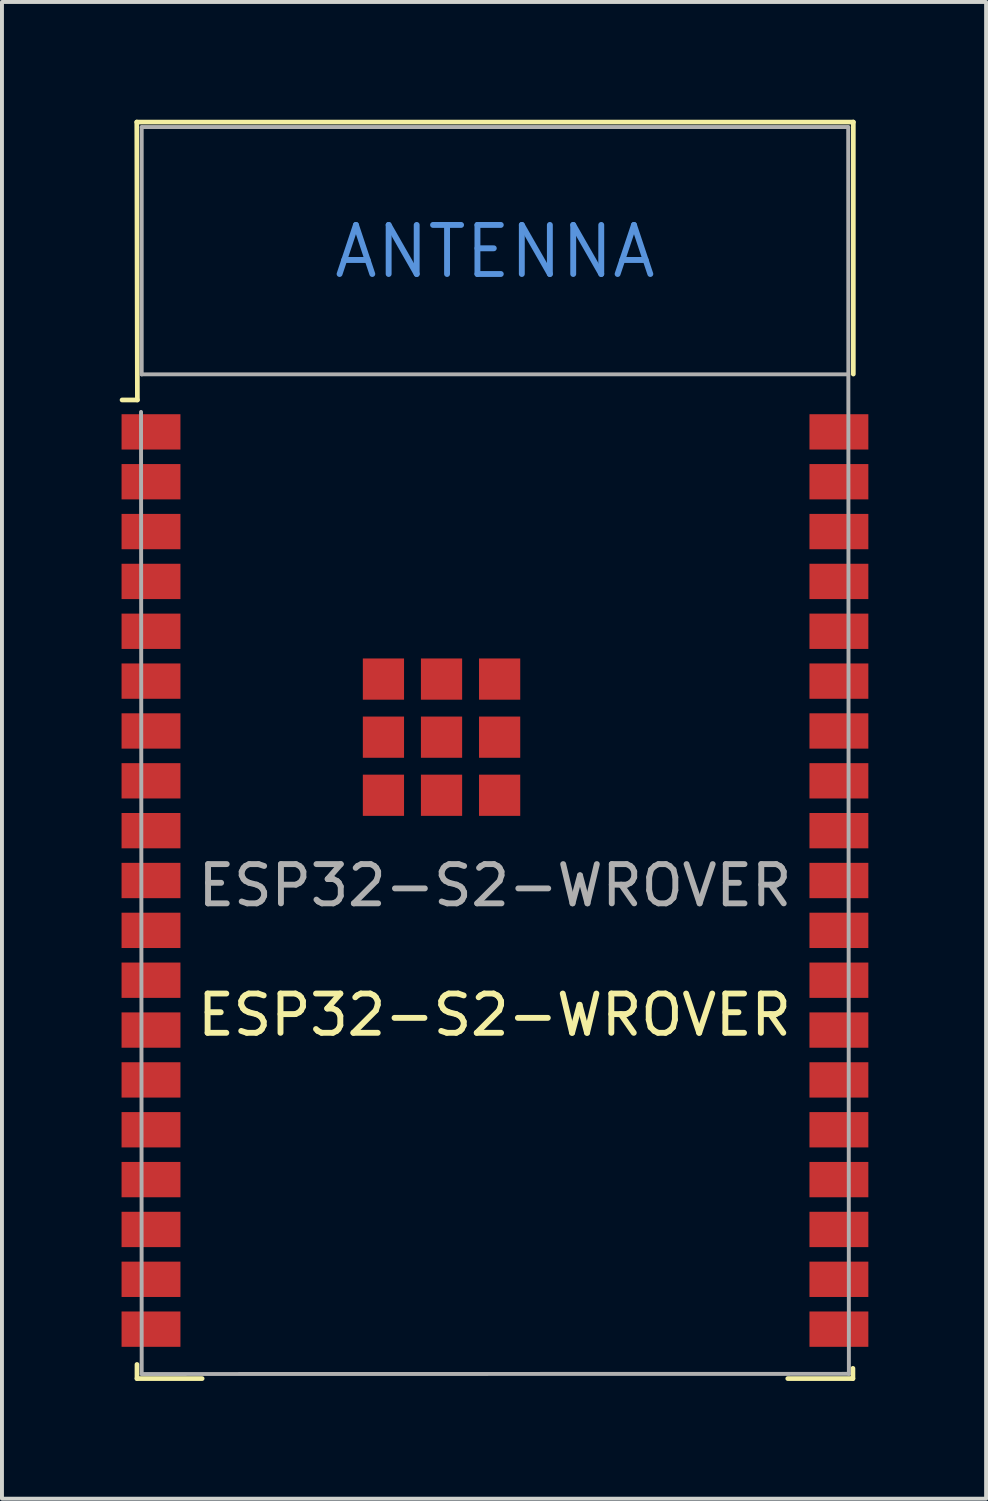
<source format=kicad_pcb>
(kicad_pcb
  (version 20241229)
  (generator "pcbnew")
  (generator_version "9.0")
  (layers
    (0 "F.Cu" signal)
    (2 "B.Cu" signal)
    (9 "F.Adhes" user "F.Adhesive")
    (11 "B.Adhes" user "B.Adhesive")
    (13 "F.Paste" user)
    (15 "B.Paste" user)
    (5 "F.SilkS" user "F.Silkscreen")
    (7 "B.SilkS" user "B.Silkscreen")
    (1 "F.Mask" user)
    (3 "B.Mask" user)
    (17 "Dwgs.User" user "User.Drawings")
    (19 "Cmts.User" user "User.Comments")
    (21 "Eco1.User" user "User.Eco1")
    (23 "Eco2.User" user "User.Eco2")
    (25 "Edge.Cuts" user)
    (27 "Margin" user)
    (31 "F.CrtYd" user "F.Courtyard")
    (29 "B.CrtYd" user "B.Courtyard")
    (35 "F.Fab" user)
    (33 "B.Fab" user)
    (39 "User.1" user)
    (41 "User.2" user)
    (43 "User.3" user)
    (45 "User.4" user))
  (footprint "ESP32-S2-WROVER"
    (layer "F.Cu")
    (at 9.56 19.51)
    (property "Reference" "ESP32-S2-WROVER" (at -0.011 3.298 180) (layer "F.SilkS") (effects (font (size 1 1) (thickness 0.15))))
    (attr smd)
    (fp_line (start -9.125 -19.45) (end 9.13 -19.45) (stroke (width 0.12) (type solid)) (layer "F.SilkS"))
    (fp_line (start -9.12 12.202) (end -9.12 12.562) (stroke (width 0.12) (type solid)) (layer "F.SilkS"))
    (fp_line (start -9.12 12.562) (end -7.46 12.562) (stroke (width 0.12) (type solid)) (layer "F.SilkS"))
    (fp_line (start -9.11 -12.37) (end -9.5 -12.37) (stroke (width 0.12) (type solid)) (layer "F.SilkS"))
    (fp_line (start -9.11 -12.37) (end -9.125 -19.45) (stroke (width 0.12) (type solid)) (layer "F.SilkS"))
    (fp_line (start 9.12 12.302) (end 9.12 12.562) (stroke (width 0.12) (type solid)) (layer "F.SilkS"))
    (fp_line (start 9.12 12.562) (end 7.46 12.562) (stroke (width 0.12) (type solid)) (layer "F.SilkS"))
    (fp_line (start 9.13 -13.03) (end 9.13 -19.45) (stroke (width 0.12) (type solid)) (layer "F.SilkS"))
    (fp_line (start -9.017 -12.065) (end -9 12.446) (stroke (width 0.1) (type solid)) (layer "F.Fab"))
    (fp_line (start -9 -19.323) (end 9 -19.323) (stroke (width 0.1) (type solid)) (layer "F.Fab"))
    (fp_line (start -9 -19.32) (end -9 -13.02) (stroke (width 0.1) (type solid)) (layer "F.Fab"))
    (fp_line (start -9 12.446) (end 9.017 12.442) (stroke (width 0.1) (type solid)) (layer "F.Fab"))
    (fp_line (start 9 -19.32) (end 9.017 12.442) (stroke (width 0.1) (type solid)) (layer "F.Fab"))
    (fp_line (start 9 -13.023) (end -9 -13.023) (stroke (width 0.1) (type solid)) (layer "F.Fab"))
    (fp_text user "ANTENNA" (at 0 -16.15 0) (layer "Cmts.User") (effects (font (size 1.25 1.25) (thickness 0.15))))
    (fp_text user "${REFERENCE}" (at 0 0 0) (layer "F.Fab") (effects (font (size 1 1) (thickness 0.15))))
    (pad "1" smd rect (at -8.763 -11.557) (size 1.5 0.9) (layers "F.Cu" "F.Mask" "F.Paste"))
    (pad "2" smd rect (at -8.763 -10.287) (size 1.5 0.9) (layers "F.Cu" "F.Mask" "F.Paste"))
    (pad "3" smd rect (at -8.763 -9.017) (size 1.5 0.9) (layers "F.Cu" "F.Mask" "F.Paste"))
    (pad "4" smd rect (at -8.763 -7.747) (size 1.5 0.9) (layers "F.Cu" "F.Mask" "F.Paste"))
    (pad "5" smd rect (at -8.763 -6.477) (size 1.5 0.9) (layers "F.Cu" "F.Mask" "F.Paste"))
    (pad "6" smd rect (at -8.763 -5.207) (size 1.5 0.9) (layers "F.Cu" "F.Mask" "F.Paste"))
    (pad "7" smd rect (at -8.763 -3.937) (size 1.5 0.9) (layers "F.Cu" "F.Mask" "F.Paste"))
    (pad "8" smd rect (at -8.763 -2.667) (size 1.5 0.9) (layers "F.Cu" "F.Mask" "F.Paste"))
    (pad "9" smd rect (at -8.763 -1.397) (size 1.5 0.9) (layers "F.Cu" "F.Mask" "F.Paste"))
    (pad "10" smd rect (at -8.763 -0.127) (size 1.5 0.9) (layers "F.Cu" "F.Mask" "F.Paste"))
    (pad "11" smd rect (at -8.763 1.143) (size 1.5 0.9) (layers "F.Cu" "F.Mask" "F.Paste"))
    (pad "12" smd rect (at -8.763 2.413) (size 1.5 0.9) (layers "F.Cu" "F.Mask" "F.Paste"))
    (pad "13" smd rect (at -8.763 3.683) (size 1.5 0.9) (layers "F.Cu" "F.Mask" "F.Paste"))
    (pad "14" smd rect (at -8.763 4.953) (size 1.5 0.9) (layers "F.Cu" "F.Mask" "F.Paste"))
    (pad "15" smd rect (at -8.763 6.223 180) (size 1.5 0.9) (layers "F.Cu" "F.Mask" "F.Paste"))
    (pad "16" smd rect (at -8.763 7.493 180) (size 1.5 0.9) (layers "F.Cu" "F.Mask" "F.Paste"))
    (pad "17" smd rect (at -8.763 8.763 270) (size 0.9 1.5) (layers "F.Cu" "F.Mask" "F.Paste"))
    (pad "18" smd rect (at -8.763 10.033 270) (size 0.9 1.5) (layers "F.Cu" "F.Mask" "F.Paste"))
    (pad "19" smd rect (at -8.763 11.303 270) (size 0.9 1.5) (layers "F.Cu" "F.Mask" "F.Paste"))
    (pad "20" smd rect (at 8.763 11.303 90) (size 0.9 1.5) (layers "F.Cu" "F.Mask" "F.Paste"))
    (pad "21" smd rect (at 8.763 10.033 90) (size 0.9 1.5) (layers "F.Cu" "F.Mask" "F.Paste"))
    (pad "22" smd rect (at 8.763 8.763 90) (size 0.9 1.5) (layers "F.Cu" "F.Mask" "F.Paste"))
    (pad "23" smd rect (at 8.763 7.493 90) (size 0.9 1.5) (layers "F.Cu" "F.Mask" "F.Paste"))
    (pad "24" smd rect (at 8.763 6.223 90) (size 0.9 1.5) (layers "F.Cu" "F.Mask" "F.Paste"))
    (pad "25" smd rect (at 8.763 4.953 90) (size 0.9 1.5) (layers "F.Cu" "F.Mask" "F.Paste"))
    (pad "26" smd rect (at 8.763 3.683 90) (size 0.9 1.5) (layers "F.Cu" "F.Mask" "F.Paste"))
    (pad "27" smd rect (at 8.763 2.413) (size 1.5 0.9) (layers "F.Cu" "F.Mask" "F.Paste"))
    (pad "28" smd rect (at 8.763 1.143) (size 1.5 0.9) (layers "F.Cu" "F.Mask" "F.Paste"))
    (pad "29" smd rect (at 8.763 -0.127) (size 1.5 0.9) (layers "F.Cu" "F.Mask" "F.Paste"))
    (pad "30" smd rect (at 8.763 -1.397) (size 1.5 0.9) (layers "F.Cu" "F.Mask" "F.Paste"))
    (pad "31" smd rect (at 8.763 -2.667) (size 1.5 0.9) (layers "F.Cu" "F.Mask" "F.Paste"))
    (pad "32" smd rect (at 8.763 -3.937) (size 1.5 0.9) (layers "F.Cu" "F.Mask" "F.Paste"))
    (pad "33" smd rect (at 8.763 -5.207) (size 1.5 0.9) (layers "F.Cu" "F.Mask" "F.Paste"))
    (pad "34" smd rect (at 8.763 -6.477) (size 1.5 0.9) (layers "F.Cu" "F.Mask" "F.Paste"))
    (pad "35" smd rect (at 8.763 -7.747) (size 1.5 0.9) (layers "F.Cu" "F.Mask" "F.Paste"))
    (pad "36" smd rect (at 8.763 -9.017) (size 1.5 0.9) (layers "F.Cu" "F.Mask" "F.Paste"))
    (pad "37" smd rect (at 8.763 -10.287) (size 1.5 0.9) (layers "F.Cu" "F.Mask" "F.Paste"))
    (pad "38" smd rect (at 8.763 -11.557) (size 1.5 0.9) (layers "F.Cu" "F.Mask" "F.Paste"))
    (pad "39" smd rect (at -2.841 -5.259) (size 1.05 1.05) (layers "F.Cu" "F.Mask" "F.Paste"))
    (pad "39" smd rect (at -2.841 -3.779) (size 1.05 1.05) (layers "F.Cu" "F.Mask" "F.Paste"))
    (pad "39" smd rect (at -2.841 -2.299) (size 1.05 1.05) (layers "F.Cu" "F.Mask" "F.Paste"))
    (pad "39" smd rect (at -1.361 -5.259) (size 1.05 1.05) (layers "F.Cu" "F.Mask" "F.Paste"))
    (pad "39" smd rect (at -1.361 -3.779) (size 1.05 1.05) (layers "F.Cu" "F.Mask" "F.Paste"))
    (pad "39" smd rect (at -1.361 -2.299) (size 1.05 1.05) (layers "F.Cu" "F.Mask" "F.Paste"))
    (pad "39" smd rect (at 0.119 -5.259) (size 1.05 1.05) (layers "F.Cu" "F.Mask" "F.Paste"))
    (pad "39" smd rect (at 0.119 -3.779) (size 1.05 1.05) (layers "F.Cu" "F.Mask" "F.Paste"))
    (pad "39" smd rect (at 0.119 -2.299) (size 1.05 1.05) (layers "F.Cu" "F.Mask" "F.Paste")))
  (gr_rect
    (start -3 -3)
    (end 22.073 35.132)
    (stroke (width 0.1) (type default))
    (fill no)
    (layer "Edge.Cuts")))
</source>
